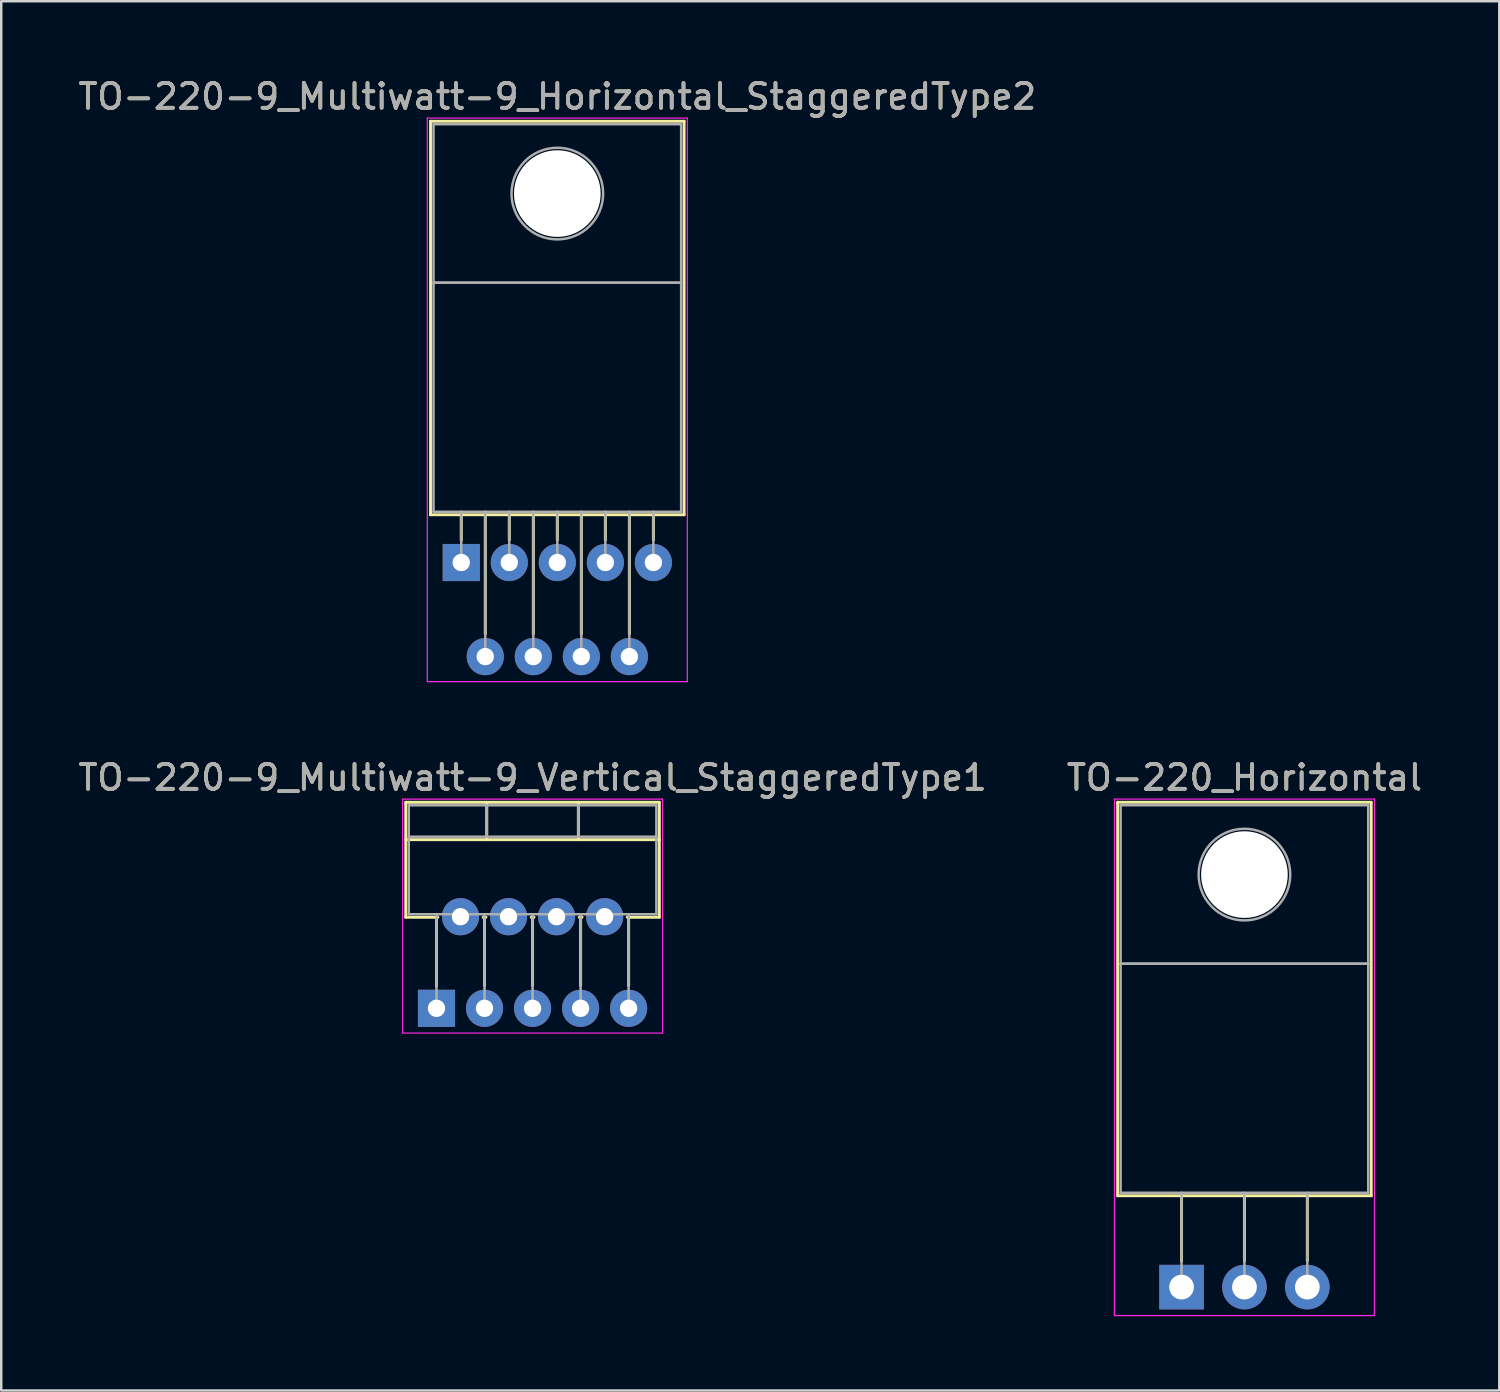
<source format=kicad_pcb>
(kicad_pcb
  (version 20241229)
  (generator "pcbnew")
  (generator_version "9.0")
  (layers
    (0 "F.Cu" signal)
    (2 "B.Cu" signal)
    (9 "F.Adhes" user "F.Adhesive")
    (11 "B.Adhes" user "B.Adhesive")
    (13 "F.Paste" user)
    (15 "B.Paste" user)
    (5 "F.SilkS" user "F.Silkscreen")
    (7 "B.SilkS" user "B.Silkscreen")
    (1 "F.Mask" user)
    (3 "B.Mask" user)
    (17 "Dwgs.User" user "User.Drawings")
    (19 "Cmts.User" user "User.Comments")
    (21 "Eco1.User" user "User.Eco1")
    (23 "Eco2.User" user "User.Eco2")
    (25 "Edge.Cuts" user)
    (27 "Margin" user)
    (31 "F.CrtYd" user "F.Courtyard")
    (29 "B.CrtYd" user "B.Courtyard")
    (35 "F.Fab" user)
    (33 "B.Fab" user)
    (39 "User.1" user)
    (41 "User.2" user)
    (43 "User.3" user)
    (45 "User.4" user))
  (footprint "TO-220_Horizontal"
    (layer "F.Cu")
    (at 44.668 48.931)
    (property "Reference" "TO-220_Horizontal" (at 2.54 -20.58 0) (layer "F.SilkS") (effects (font (size 1 1) (thickness 0.15))))
    (attr through_hole)
    (fp_line (start -2.58 -19.58) (end -2.58 -3.69) (stroke (width 0.12) (type solid)) (layer "F.SilkS"))
    (fp_line (start -2.58 -19.58) (end 7.66 -19.58) (stroke (width 0.12) (type solid)) (layer "F.SilkS"))
    (fp_line (start -2.58 -3.69) (end 7.66 -3.69) (stroke (width 0.12) (type solid)) (layer "F.SilkS"))
    (fp_line (start 0 -3.69) (end 0 -1.05) (stroke (width 0.12) (type solid)) (layer "F.SilkS"))
    (fp_line (start 2.54 -3.69) (end 2.54 -1.066) (stroke (width 0.12) (type solid)) (layer "F.SilkS"))
    (fp_line (start 5.08 -3.69) (end 5.08 -1.066) (stroke (width 0.12) (type solid)) (layer "F.SilkS"))
    (fp_line (start 7.66 -19.58) (end 7.66 -3.69) (stroke (width 0.12) (type solid)) (layer "F.SilkS"))
    (fp_line (start -2.71 -19.71) (end -2.71 1.15) (stroke (width 0.05) (type solid)) (layer "F.CrtYd"))
    (fp_line (start -2.71 1.15) (end 7.79 1.15) (stroke (width 0.05) (type solid)) (layer "F.CrtYd"))
    (fp_line (start 7.79 -19.71) (end -2.71 -19.71) (stroke (width 0.05) (type solid)) (layer "F.CrtYd"))
    (fp_line (start 7.79 1.15) (end 7.79 -19.71) (stroke (width 0.05) (type solid)) (layer "F.CrtYd"))
    (fp_line (start -2.46 -19.46) (end 7.54 -19.46) (stroke (width 0.1) (type solid)) (layer "F.Fab"))
    (fp_line (start -2.46 -13.06) (end -2.46 -19.46) (stroke (width 0.1) (type solid)) (layer "F.Fab"))
    (fp_line (start -2.46 -13.06) (end 7.54 -13.06) (stroke (width 0.1) (type solid)) (layer "F.Fab"))
    (fp_line (start -2.46 -3.81) (end -2.46 -13.06) (stroke (width 0.1) (type solid)) (layer "F.Fab"))
    (fp_line (start 0 -3.81) (end 0 0) (stroke (width 0.1) (type solid)) (layer "F.Fab"))
    (fp_line (start 2.54 -3.81) (end 2.54 0) (stroke (width 0.1) (type solid)) (layer "F.Fab"))
    (fp_line (start 5.08 -3.81) (end 5.08 0) (stroke (width 0.1) (type solid)) (layer "F.Fab"))
    (fp_line (start 7.54 -19.46) (end 7.54 -13.06) (stroke (width 0.1) (type solid)) (layer "F.Fab"))
    (fp_line (start 7.54 -13.06) (end -2.46 -13.06) (stroke (width 0.1) (type solid)) (layer "F.Fab"))
    (fp_line (start 7.54 -13.06) (end 7.54 -3.81) (stroke (width 0.1) (type solid)) (layer "F.Fab"))
    (fp_line (start 7.54 -3.81) (end -2.46 -3.81) (stroke (width 0.1) (type solid)) (layer "F.Fab"))
    (fp_circle (center 2.54 -16.66) (end 4.39 -16.66) (stroke (width 0.1) (type solid)) (fill no) (layer "F.Fab"))
    (fp_text user "${REFERENCE}" (at 2.54 -20.58 0) (layer "F.Fab") (effects (font (size 1 1) (thickness 0.15))))
    (pad "" np_thru_hole oval (at 2.54 -16.66) (size 3.5 3.5) (drill 3.5) (layers "*.Cu" "*.Mask"))
    (pad "1" thru_hole rect (at 0 0) (size 1.8 1.8) (drill 1) (layers "*.Cu" "*.Mask"))
    (pad "2" thru_hole oval (at 2.54 0) (size 1.8 1.8) (drill 1) (layers "*.Cu" "*.Mask"))
    (pad "3" thru_hole oval (at 5.08 0) (size 1.8 1.8) (drill 1) (layers "*.Cu" "*.Mask")))
  (footprint "TO-220-9_Multiwatt-9_Horizontal_StaggeredType2"
    (layer "F.Cu")
    (at 15.578 19.668)
    (property "Reference" "TO-220-9_Multiwatt-9_Horizontal_StaggeredType2" (at 3.88 -18.82 0) (layer "F.SilkS") (effects (font (size 1 1) (thickness 0.15))))
    (attr through_hole)
    (fp_line (start -1.241 -17.82) (end -1.241 -1.93) (stroke (width 0.12) (type solid)) (layer "F.SilkS"))
    (fp_line (start -1.241 -17.82) (end 9 -17.82) (stroke (width 0.12) (type solid)) (layer "F.SilkS"))
    (fp_line (start -1.241 -1.93) (end 9 -1.93) (stroke (width 0.12) (type solid)) (layer "F.SilkS"))
    (fp_line (start 0 -1.93) (end 0 -0.9) (stroke (width 0.12) (type solid)) (layer "F.SilkS"))
    (fp_line (start 0.97 -1.93) (end 0.97 2.885) (stroke (width 0.12) (type solid)) (layer "F.SilkS"))
    (fp_line (start 1.94 -1.93) (end 1.94 -0.916) (stroke (width 0.12) (type solid)) (layer "F.SilkS"))
    (fp_line (start 2.91 -1.93) (end 2.91 2.885) (stroke (width 0.12) (type solid)) (layer "F.SilkS"))
    (fp_line (start 3.88 -1.93) (end 3.88 -0.916) (stroke (width 0.12) (type solid)) (layer "F.SilkS"))
    (fp_line (start 4.85 -1.93) (end 4.85 2.885) (stroke (width 0.12) (type solid)) (layer "F.SilkS"))
    (fp_line (start 5.82 -1.93) (end 5.82 -0.916) (stroke (width 0.12) (type solid)) (layer "F.SilkS"))
    (fp_line (start 6.79 -1.93) (end 6.79 2.885) (stroke (width 0.12) (type solid)) (layer "F.SilkS"))
    (fp_line (start 7.76 -1.93) (end 7.76 -0.916) (stroke (width 0.12) (type solid)) (layer "F.SilkS"))
    (fp_line (start 9 -17.82) (end 9 -1.93) (stroke (width 0.12) (type solid)) (layer "F.SilkS"))
    (fp_line (start -1.37 -17.95) (end -1.37 4.81) (stroke (width 0.05) (type solid)) (layer "F.CrtYd"))
    (fp_line (start -1.37 4.81) (end 9.13 4.81) (stroke (width 0.05) (type solid)) (layer "F.CrtYd"))
    (fp_line (start 9.13 -17.95) (end -1.37 -17.95) (stroke (width 0.05) (type solid)) (layer "F.CrtYd"))
    (fp_line (start 9.13 4.81) (end 9.13 -17.95) (stroke (width 0.05) (type solid)) (layer "F.CrtYd"))
    (fp_line (start -1.12 -17.7) (end 8.88 -17.7) (stroke (width 0.1) (type solid)) (layer "F.Fab"))
    (fp_line (start -1.12 -11.3) (end -1.12 -17.7) (stroke (width 0.1) (type solid)) (layer "F.Fab"))
    (fp_line (start -1.12 -11.3) (end 8.88 -11.3) (stroke (width 0.1) (type solid)) (layer "F.Fab"))
    (fp_line (start -1.12 -2.05) (end -1.12 -11.3) (stroke (width 0.1) (type solid)) (layer "F.Fab"))
    (fp_line (start 0 -2.05) (end 0 0) (stroke (width 0.1) (type solid)) (layer "F.Fab"))
    (fp_line (start 0.97 -2.05) (end 0.97 3.8) (stroke (width 0.1) (type solid)) (layer "F.Fab"))
    (fp_line (start 1.94 -2.05) (end 1.94 0) (stroke (width 0.1) (type solid)) (layer "F.Fab"))
    (fp_line (start 2.91 -2.05) (end 2.91 3.8) (stroke (width 0.1) (type solid)) (layer "F.Fab"))
    (fp_line (start 3.88 -2.05) (end 3.88 0) (stroke (width 0.1) (type solid)) (layer "F.Fab"))
    (fp_line (start 4.85 -2.05) (end 4.85 3.8) (stroke (width 0.1) (type solid)) (layer "F.Fab"))
    (fp_line (start 5.82 -2.05) (end 5.82 0) (stroke (width 0.1) (type solid)) (layer "F.Fab"))
    (fp_line (start 6.79 -2.05) (end 6.79 3.8) (stroke (width 0.1) (type solid)) (layer "F.Fab"))
    (fp_line (start 7.76 -2.05) (end 7.76 0) (stroke (width 0.1) (type solid)) (layer "F.Fab"))
    (fp_line (start 8.88 -17.7) (end 8.88 -11.3) (stroke (width 0.1) (type solid)) (layer "F.Fab"))
    (fp_line (start 8.88 -11.3) (end -1.12 -11.3) (stroke (width 0.1) (type solid)) (layer "F.Fab"))
    (fp_line (start 8.88 -11.3) (end 8.88 -2.05) (stroke (width 0.1) (type solid)) (layer "F.Fab"))
    (fp_line (start 8.88 -2.05) (end -1.12 -2.05) (stroke (width 0.1) (type solid)) (layer "F.Fab"))
    (fp_circle (center 3.88 -14.9) (end 5.73 -14.9) (stroke (width 0.1) (type solid)) (fill no) (layer "F.Fab"))
    (fp_text user "${REFERENCE}" (at 3.88 -18.82 0) (layer "F.Fab") (effects (font (size 1 1) (thickness 0.15))))
    (pad "" np_thru_hole oval (at 3.88 -14.9) (size 3.5 3.5) (drill 3.5) (layers "*.Cu" "*.Mask"))
    (pad "1" thru_hole rect (at 0 0) (size 1.5 1.5) (drill 0.7) (layers "*.Cu" "*.Mask"))
    (pad "2" thru_hole oval (at 0.97 3.8) (size 1.5 1.5) (drill 0.7) (layers "*.Cu" "*.Mask"))
    (pad "3" thru_hole oval (at 1.94 0) (size 1.5 1.5) (drill 0.7) (layers "*.Cu" "*.Mask"))
    (pad "4" thru_hole oval (at 2.91 3.8) (size 1.5 1.5) (drill 0.7) (layers "*.Cu" "*.Mask"))
    (pad "5" thru_hole oval (at 3.88 0) (size 1.5 1.5) (drill 0.7) (layers "*.Cu" "*.Mask"))
    (pad "6" thru_hole oval (at 4.85 3.8) (size 1.5 1.5) (drill 0.7) (layers "*.Cu" "*.Mask"))
    (pad "7" thru_hole oval (at 5.82 0) (size 1.5 1.5) (drill 0.7) (layers "*.Cu" "*.Mask"))
    (pad "8" thru_hole oval (at 6.79 3.8) (size 1.5 1.5) (drill 0.7) (layers "*.Cu" "*.Mask"))
    (pad "9" thru_hole oval (at 7.76 0) (size 1.5 1.5) (drill 0.7) (layers "*.Cu" "*.Mask")))
  (footprint "TO-220-9_Multiwatt-9_Vertical_StaggeredType1"
    (layer "F.Cu")
    (at 14.578 37.672)
    (property "Reference" "TO-220-9_Multiwatt-9_Vertical_StaggeredType1" (at 3.88 -9.32 0) (layer "F.SilkS") (effects (font (size 1 1) (thickness 0.15))))
    (attr through_hole)
    (fp_line (start -1.241 -8.32) (end -1.241 -3.679) (stroke (width 0.12) (type solid)) (layer "F.SilkS"))
    (fp_line (start -1.241 -8.32) (end 9 -8.32) (stroke (width 0.12) (type solid)) (layer "F.SilkS"))
    (fp_line (start -1.241 -6.811) (end 9 -6.811) (stroke (width 0.12) (type solid)) (layer "F.SilkS"))
    (fp_line (start -1.241 -3.679) (end 0.055 -3.679) (stroke (width 0.12) (type solid)) (layer "F.SilkS"))
    (fp_line (start 0 -3.679) (end 0 -0.9) (stroke (width 0.12) (type solid)) (layer "F.SilkS"))
    (fp_line (start 1.885 -3.679) (end 1.996 -3.679) (stroke (width 0.12) (type solid)) (layer "F.SilkS"))
    (fp_line (start 1.94 -3.679) (end 1.94 -0.915) (stroke (width 0.12) (type solid)) (layer "F.SilkS"))
    (fp_line (start 2.03 -8.32) (end 2.03 -6.811) (stroke (width 0.12) (type solid)) (layer "F.SilkS"))
    (fp_line (start 3.825 -3.679) (end 3.935 -3.679) (stroke (width 0.12) (type solid)) (layer "F.SilkS"))
    (fp_line (start 3.88 -3.679) (end 3.88 -0.915) (stroke (width 0.12) (type solid)) (layer "F.SilkS"))
    (fp_line (start 5.73 -8.32) (end 5.73 -6.811) (stroke (width 0.12) (type solid)) (layer "F.SilkS"))
    (fp_line (start 5.765 -3.679) (end 5.875 -3.679) (stroke (width 0.12) (type solid)) (layer "F.SilkS"))
    (fp_line (start 5.82 -3.679) (end 5.82 -0.915) (stroke (width 0.12) (type solid)) (layer "F.SilkS"))
    (fp_line (start 7.705 -3.679) (end 9 -3.679) (stroke (width 0.12) (type solid)) (layer "F.SilkS"))
    (fp_line (start 7.76 -3.679) (end 7.76 -0.915) (stroke (width 0.12) (type solid)) (layer "F.SilkS"))
    (fp_line (start 9 -8.32) (end 9 -3.679) (stroke (width 0.12) (type solid)) (layer "F.SilkS"))
    (fp_line (start -1.37 -8.45) (end -1.37 1) (stroke (width 0.05) (type solid)) (layer "F.CrtYd"))
    (fp_line (start -1.37 1) (end 9.13 1) (stroke (width 0.05) (type solid)) (layer "F.CrtYd"))
    (fp_line (start 9.13 -8.45) (end -1.37 -8.45) (stroke (width 0.05) (type solid)) (layer "F.CrtYd"))
    (fp_line (start 9.13 1) (end 9.13 -8.45) (stroke (width 0.05) (type solid)) (layer "F.CrtYd"))
    (fp_line (start -1.12 -8.2) (end -1.12 -3.8) (stroke (width 0.1) (type solid)) (layer "F.Fab"))
    (fp_line (start -1.12 -6.93) (end 8.88 -6.93) (stroke (width 0.1) (type solid)) (layer "F.Fab"))
    (fp_line (start -1.12 -3.8) (end 8.88 -3.8) (stroke (width 0.1) (type solid)) (layer "F.Fab"))
    (fp_line (start 0 -3.8) (end 0 0) (stroke (width 0.1) (type solid)) (layer "F.Fab"))
    (fp_line (start 0.97 -3.8) (end 0.97 -3.7) (stroke (width 0.1) (type solid)) (layer "F.Fab"))
    (fp_line (start 1.94 -3.8) (end 1.94 0) (stroke (width 0.1) (type solid)) (layer "F.Fab"))
    (fp_line (start 2.03 -8.2) (end 2.03 -6.93) (stroke (width 0.1) (type solid)) (layer "F.Fab"))
    (fp_line (start 2.91 -3.8) (end 2.91 -3.7) (stroke (width 0.1) (type solid)) (layer "F.Fab"))
    (fp_line (start 3.88 -3.8) (end 3.88 0) (stroke (width 0.1) (type solid)) (layer "F.Fab"))
    (fp_line (start 4.85 -3.8) (end 4.85 -3.7) (stroke (width 0.1) (type solid)) (layer "F.Fab"))
    (fp_line (start 5.73 -8.2) (end 5.73 -6.93) (stroke (width 0.1) (type solid)) (layer "F.Fab"))
    (fp_line (start 5.82 -3.8) (end 5.82 0) (stroke (width 0.1) (type solid)) (layer "F.Fab"))
    (fp_line (start 6.79 -3.8) (end 6.79 -3.7) (stroke (width 0.1) (type solid)) (layer "F.Fab"))
    (fp_line (start 7.76 -3.8) (end 7.76 0) (stroke (width 0.1) (type solid)) (layer "F.Fab"))
    (fp_line (start 8.88 -8.2) (end -1.12 -8.2) (stroke (width 0.1) (type solid)) (layer "F.Fab"))
    (fp_line (start 8.88 -3.8) (end 8.88 -8.2) (stroke (width 0.1) (type solid)) (layer "F.Fab"))
    (fp_text user "${REFERENCE}" (at 3.88 -9.32 0) (layer "F.Fab") (effects (font (size 1 1) (thickness 0.15))))
    (pad "1" thru_hole rect (at 0 0) (size 1.5 1.5) (drill 0.7) (layers "*.Cu" "*.Mask"))
    (pad "2" thru_hole oval (at 0.97 -3.7) (size 1.5 1.5) (drill 0.7) (layers "*.Cu" "*.Mask"))
    (pad "3" thru_hole oval (at 1.94 0) (size 1.5 1.5) (drill 0.7) (layers "*.Cu" "*.Mask"))
    (pad "4" thru_hole oval (at 2.91 -3.7) (size 1.5 1.5) (drill 0.7) (layers "*.Cu" "*.Mask"))
    (pad "5" thru_hole oval (at 3.88 0) (size 1.5 1.5) (drill 0.7) (layers "*.Cu" "*.Mask"))
    (pad "6" thru_hole oval (at 4.85 -3.7) (size 1.5 1.5) (drill 0.7) (layers "*.Cu" "*.Mask"))
    (pad "7" thru_hole oval (at 5.82 0) (size 1.5 1.5) (drill 0.7) (layers "*.Cu" "*.Mask"))
    (pad "8" thru_hole oval (at 6.79 -3.7) (size 1.5 1.5) (drill 0.7) (layers "*.Cu" "*.Mask"))
    (pad "9" thru_hole oval (at 7.76 0) (size 1.5 1.5) (drill 0.7) (layers "*.Cu" "*.Mask")))
  (gr_rect
    (start -3 -3)
    (end 57.5 53.106)
    (stroke (width 0.1) (type default))
    (fill no)
    (layer "Edge.Cuts")))
</source>
